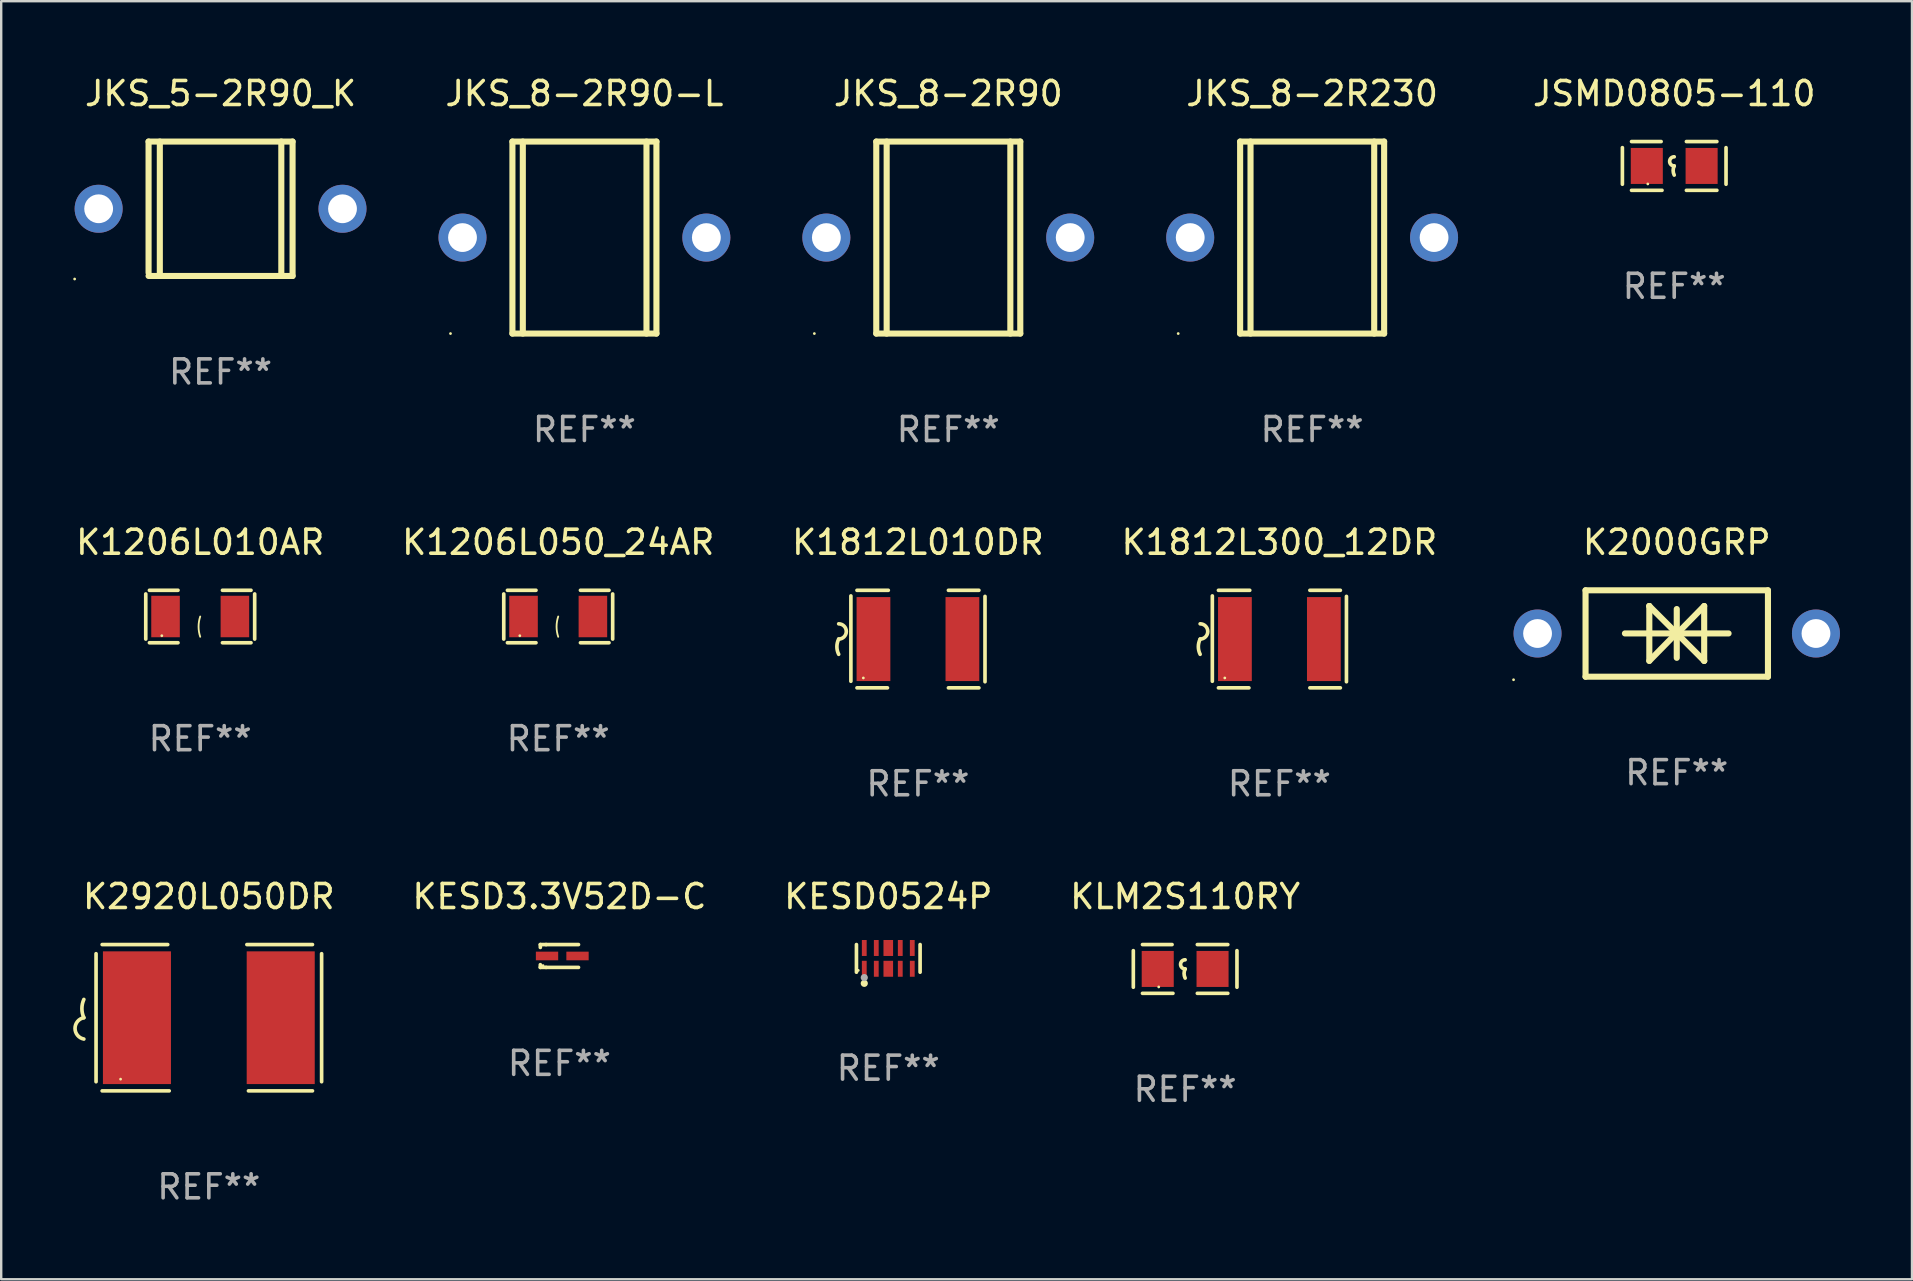
<source format=kicad_pcb>
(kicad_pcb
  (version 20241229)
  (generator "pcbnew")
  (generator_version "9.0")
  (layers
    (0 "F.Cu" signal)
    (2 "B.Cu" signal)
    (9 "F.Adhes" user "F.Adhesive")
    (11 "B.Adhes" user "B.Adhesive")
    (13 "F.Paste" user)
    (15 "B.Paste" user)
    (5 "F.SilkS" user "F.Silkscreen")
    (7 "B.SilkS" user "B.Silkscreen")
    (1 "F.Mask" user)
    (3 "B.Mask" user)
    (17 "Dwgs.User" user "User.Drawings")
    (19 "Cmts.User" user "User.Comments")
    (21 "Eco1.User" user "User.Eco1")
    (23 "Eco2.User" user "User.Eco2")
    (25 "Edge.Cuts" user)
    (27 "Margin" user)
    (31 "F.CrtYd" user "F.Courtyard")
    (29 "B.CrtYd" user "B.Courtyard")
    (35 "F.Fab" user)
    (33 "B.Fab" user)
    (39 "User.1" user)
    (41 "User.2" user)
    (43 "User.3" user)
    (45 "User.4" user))
  (footprint "K1206L050_24AR"
    (layer "F.Cu")
    (at 20.208 22.637)
    (property "Reference" "K1206L050_24AR" (at 0 -3.093 0) (layer "F.SilkS") (effects (font (size 1 1) (thickness 0.15))))
    (attr through_hole)
    (fp_line (start -2.269 -0.94) (end -2.269 0.94) (stroke (width 0.152) (type solid)) (layer "F.SilkS"))
    (fp_line (start -2.116 1.093) (end -0.926 1.093) (stroke (width 0.152) (type solid)) (layer "F.SilkS"))
    (fp_line (start -0.926 -1.093) (end -2.116 -1.093) (stroke (width 0.152) (type solid)) (layer "F.SilkS"))
    (fp_line (start 0.926 -1.093) (end 2.116 -1.093) (stroke (width 0.152) (type solid)) (layer "F.SilkS"))
    (fp_line (start 2.116 1.093) (end 0.926 1.093) (stroke (width 0.152) (type solid)) (layer "F.SilkS"))
    (fp_line (start 2.269 -0.94) (end 2.269 0.94) (stroke (width 0.152) (type solid)) (layer "F.SilkS"))
    (fp_arc (start 0 0.844951) (mid -0.068559 0.422475) (end 0 0) (stroke (width 0.0762) (type solid)) (layer "F.SilkS"))
    (fp_circle (center -1.6 0.8) (end -1.57 0.8) (stroke (width 0.06) (type solid)) (fill no) (layer "F.SilkS"))
    (fp_text user "REF**" (at 0 5.093 0) (layer "F.Fab") (effects (font (size 1 1) (thickness 0.15))))
    (pad "1" smd rect (at -1.445 0) (size 1.19 1.728) (layers "F.Cu" "F.Mask" "F.Paste"))
    (pad "2" smd rect (at 1.445 0) (size 1.19 1.728) (layers "F.Cu" "F.Mask" "F.Paste")))
  (footprint "JKS_8-2R90-L"
    (layer "F.Cu")
    (at 21.3 6.848)
    (property "Reference" "JKS_8-2R90-L" (at 0 -6 0) (layer "F.SilkS") (effects (font (size 1 1) (thickness 0.15))))
    (attr through_hole)
    (fp_line (start -3 -4) (end -3 4) (stroke (width 0.254) (type solid)) (layer "F.SilkS"))
    (fp_line (start -3 -4) (end 3 -4) (stroke (width 0.254) (type solid)) (layer "F.SilkS"))
    (fp_line (start -3 4) (end 3 4) (stroke (width 0.254) (type solid)) (layer "F.SilkS"))
    (fp_line (start -2.567 -4) (end -2.567 4) (stroke (width 0.254) (type solid)) (layer "F.SilkS"))
    (fp_line (start 2.586 -4) (end 2.586 4) (stroke (width 0.254) (type solid)) (layer "F.SilkS"))
    (fp_line (start 3 -4) (end 3 4) (stroke (width 0.254) (type solid)) (layer "F.SilkS"))
    (fp_circle (center -5.58 4) (end -5.55 4) (stroke (width 0.06) (type solid)) (fill no) (layer "F.SilkS"))
    (fp_text user "REF**" (at 0 8 0) (layer "F.Fab") (effects (font (size 1 1) (thickness 0.15))))
    (pad "1" thru_hole circle (at -5.08 0) (size 2 2) (drill 1.2) (layers "*.Cu" "*.Mask"))
    (pad "2" thru_hole circle (at 5.08 0) (size 2 2) (drill 1.2) (layers "*.Cu" "*.Mask")))
  (footprint "K1206L010AR"
    (layer "F.Cu")
    (at 5.292 22.637)
    (property "Reference" "K1206L010AR" (at 0 -3.093 0) (layer "F.SilkS") (effects (font (size 1 1) (thickness 0.15))))
    (attr through_hole)
    (fp_line (start -2.269 -0.94) (end -2.269 0.94) (stroke (width 0.152) (type solid)) (layer "F.SilkS"))
    (fp_line (start -2.116 1.093) (end -0.926 1.093) (stroke (width 0.152) (type solid)) (layer "F.SilkS"))
    (fp_line (start -0.926 -1.093) (end -2.116 -1.093) (stroke (width 0.152) (type solid)) (layer "F.SilkS"))
    (fp_line (start 0.926 -1.093) (end 2.116 -1.093) (stroke (width 0.152) (type solid)) (layer "F.SilkS"))
    (fp_line (start 2.116 1.093) (end 0.926 1.093) (stroke (width 0.152) (type solid)) (layer "F.SilkS"))
    (fp_line (start 2.269 -0.94) (end 2.269 0.94) (stroke (width 0.152) (type solid)) (layer "F.SilkS"))
    (fp_arc (start 0 0.844951) (mid -0.068559 0.422475) (end 0 0) (stroke (width 0.0762) (type solid)) (layer "F.SilkS"))
    (fp_circle (center -1.6 0.8) (end -1.57 0.8) (stroke (width 0.06) (type solid)) (fill no) (layer "F.SilkS"))
    (fp_text user "REF**" (at 0 5.093 0) (layer "F.Fab") (effects (font (size 1 1) (thickness 0.15))))
    (pad "1" smd rect (at -1.445 0) (size 1.19 1.728) (layers "F.Cu" "F.Mask" "F.Paste"))
    (pad "2" smd rect (at 1.445 0) (size 1.19 1.728) (layers "F.Cu" "F.Mask" "F.Paste")))
  (footprint "JKS_8-2R230"
    (layer "F.Cu")
    (at 51.62 6.848)
    (property "Reference" "JKS_8-2R230" (at 0 -6 0) (layer "F.SilkS") (effects (font (size 1 1) (thickness 0.15))))
    (attr through_hole)
    (fp_line (start -3 -4) (end -3 4) (stroke (width 0.254) (type solid)) (layer "F.SilkS"))
    (fp_line (start -3 -4) (end 3 -4) (stroke (width 0.254) (type solid)) (layer "F.SilkS"))
    (fp_line (start -3 4) (end 3 4) (stroke (width 0.254) (type solid)) (layer "F.SilkS"))
    (fp_line (start -2.567 -4) (end -2.567 4) (stroke (width 0.254) (type solid)) (layer "F.SilkS"))
    (fp_line (start 2.586 -4) (end 2.586 4) (stroke (width 0.254) (type solid)) (layer "F.SilkS"))
    (fp_line (start 3 -4) (end 3 4) (stroke (width 0.254) (type solid)) (layer "F.SilkS"))
    (fp_circle (center -5.58 4) (end -5.55 4) (stroke (width 0.06) (type solid)) (fill no) (layer "F.SilkS"))
    (fp_text user "REF**" (at 0 8 0) (layer "F.Fab") (effects (font (size 1 1) (thickness 0.15))))
    (pad "1" thru_hole circle (at -5.08 0) (size 2 2) (drill 1.2) (layers "*.Cu" "*.Mask"))
    (pad "2" thru_hole circle (at 5.08 0) (size 2 2) (drill 1.2) (layers "*.Cu" "*.Mask")))
  (footprint "KESD3.3V52D-C"
    (layer "F.Cu")
    (at 20.258 36.781)
    (property "Reference" "KESD3.3V52D-C" (at 0 -2.476 0) (layer "F.SilkS") (effects (font (size 1 1) (thickness 0.15))))
    (attr through_hole)
    (fp_line (start -0.795 -0.476) (end -0.795 -0.356) (stroke (width 0.152) (type solid)) (layer "F.SilkS"))
    (fp_line (start -0.795 0.363) (end -0.795 0.476) (stroke (width 0.152) (type solid)) (layer "F.SilkS"))
    (fp_line (start -0.795 0.476) (end -0.557 0.476) (stroke (width 0.152) (type solid)) (layer "F.SilkS"))
    (fp_line (start -0.557 -0.476) (end -0.795 -0.476) (stroke (width 0.152) (type solid)) (layer "F.SilkS"))
    (fp_line (start -0.557 -0.476) (end 0.795 -0.476) (stroke (width 0.152) (type solid)) (layer "F.SilkS"))
    (fp_line (start -0.557 0.476) (end 0.795 0.476) (stroke (width 0.152) (type solid)) (layer "F.SilkS"))
    (fp_circle (center -0.681 0.4) (end -0.651 0.4) (stroke (width 0.06) (type solid)) (fill no) (layer "F.SilkS"))
    (fp_text user "REF**" (at 0 4.476 0) (layer "F.Fab") (effects (font (size 1 1) (thickness 0.15))))
    (pad "1" smd rect (at -0.516 0 180) (size 0.93 0.36) (layers "F.Cu" "F.Mask" "F.Paste"))
    (pad "2" smd rect (at 0.754 0 180) (size 0.93 0.36) (layers "F.Cu" "F.Mask" "F.Paste")))
  (footprint "K1812L300_12DR"
    (layer "F.Cu")
    (at 50.256 23.577)
    (property "Reference" "K1812L300_12DR" (at 0 -4.032 0) (layer "F.SilkS") (effects (font (size 1 1) (thickness 0.15))))
    (attr through_hole)
    (fp_line (start -2.794 -1.798) (end -2.794 1.758) (stroke (width 0.152) (type solid)) (layer "F.SilkS"))
    (fp_line (start -2.54 -2.032) (end -1.235 -2.032) (stroke (width 0.152) (type solid)) (layer "F.SilkS"))
    (fp_line (start -1.27 2.032) (end -2.54 2.032) (stroke (width 0.152) (type solid)) (layer "F.SilkS"))
    (fp_line (start 1.27 2.032) (end 2.54 2.032) (stroke (width 0.152) (type solid)) (layer "F.SilkS"))
    (fp_line (start 2.54 -2.032) (end 1.27 -2.032) (stroke (width 0.152) (type solid)) (layer "F.SilkS"))
    (fp_line (start 2.794 -1.778) (end 2.794 1.778) (stroke (width 0.152) (type solid)) (layer "F.SilkS"))
    (fp_arc (start -3.302007 -0.635002) (mid -2.984506 -0.317501) (end -3.302007 0) (stroke (width 0.151994) (type solid)) (layer "F.SilkS"))
    (fp_arc (start -3.302007 0.635002) (mid -3.376959 0.317501) (end -3.302007 0) (stroke (width 0.151994) (type solid)) (layer "F.SilkS"))
    (fp_circle (center -2.275 1.62) (end -2.245 1.62) (stroke (width 0.06) (type solid)) (fill no) (layer "F.SilkS"))
    (fp_text user "REF**" (at 0 6.032 0) (layer "F.Fab") (effects (font (size 1 1) (thickness 0.15))))
    (pad "1" smd rect (at -1.853 0) (size 1.407 3.499) (layers "F.Cu" "F.Mask" "F.Paste"))
    (pad "2" smd rect (at 1.853 0) (size 1.407 3.499) (layers "F.Cu" "F.Mask" "F.Paste")))
  (footprint "JKS_5-2R90_K"
    (layer "F.Cu")
    (at 6.14 5.648)
    (property "Reference" "JKS_5-2R90_K" (at 0 -4.8 0) (layer "F.SilkS") (effects (font (size 1 1) (thickness 0.15))))
    (attr through_hole)
    (fp_line (start -3 -2.8) (end -3 2.667) (stroke (width 0.254) (type solid)) (layer "F.SilkS"))
    (fp_line (start -3 -2.8) (end 3 -2.8) (stroke (width 0.254) (type solid)) (layer "F.SilkS"))
    (fp_line (start -3 2.8) (end 3 2.8) (stroke (width 0.254) (type solid)) (layer "F.SilkS"))
    (fp_line (start -2.531 -2.8) (end -2.531 2.8) (stroke (width 0.254) (type solid)) (layer "F.SilkS"))
    (fp_line (start 2.531 -2.8) (end 2.531 2.8) (stroke (width 0.254) (type solid)) (layer "F.SilkS"))
    (fp_line (start 3 -2.8) (end 3 2.8) (stroke (width 0.254) (type solid)) (layer "F.SilkS"))
    (fp_circle (center -6.08 2.927) (end -6.05 2.927) (stroke (width 0.06) (type solid)) (fill no) (layer "F.SilkS"))
    (fp_text user "REF**" (at 0 6.8 0) (layer "F.Fab") (effects (font (size 1 1) (thickness 0.15))))
    (pad "1" thru_hole circle (at -5.08 0) (size 2 2) (drill 1.2) (layers "*.Cu" "*.Mask"))
    (pad "2" thru_hole circle (at 5.08 0) (size 2 2) (drill 1.2) (layers "*.Cu" "*.Mask")))
  (footprint "K1812L010DR"
    (layer "F.Cu")
    (at 35.196 23.577)
    (property "Reference" "K1812L010DR" (at 0 -4.032 0) (layer "F.SilkS") (effects (font (size 1 1) (thickness 0.15))))
    (attr through_hole)
    (fp_line (start -2.794 -1.798) (end -2.794 1.758) (stroke (width 0.152) (type solid)) (layer "F.SilkS"))
    (fp_line (start -2.54 -2.032) (end -1.235 -2.032) (stroke (width 0.152) (type solid)) (layer "F.SilkS"))
    (fp_line (start -1.27 2.032) (end -2.54 2.032) (stroke (width 0.152) (type solid)) (layer "F.SilkS"))
    (fp_line (start 1.27 2.032) (end 2.54 2.032) (stroke (width 0.152) (type solid)) (layer "F.SilkS"))
    (fp_line (start 2.54 -2.032) (end 1.27 -2.032) (stroke (width 0.152) (type solid)) (layer "F.SilkS"))
    (fp_line (start 2.794 -1.778) (end 2.794 1.778) (stroke (width 0.152) (type solid)) (layer "F.SilkS"))
    (fp_arc (start -3.302007 -0.635002) (mid -2.984506 -0.317501) (end -3.302007 0) (stroke (width 0.151994) (type solid)) (layer "F.SilkS"))
    (fp_arc (start -3.302007 0.635002) (mid -3.376959 0.317501) (end -3.302007 0) (stroke (width 0.151994) (type solid)) (layer "F.SilkS"))
    (fp_circle (center -2.275 1.62) (end -2.245 1.62) (stroke (width 0.06) (type solid)) (fill no) (layer "F.SilkS"))
    (fp_text user "REF**" (at 0 6.032 0) (layer "F.Fab") (effects (font (size 1 1) (thickness 0.15))))
    (pad "1" smd rect (at -1.853 0) (size 1.407 3.499) (layers "F.Cu" "F.Mask" "F.Paste"))
    (pad "2" smd rect (at 1.853 0) (size 1.407 3.499) (layers "F.Cu" "F.Mask" "F.Paste")))
  (footprint "JKS_8-2R90"
    (layer "F.Cu")
    (at 36.46 6.848)
    (property "Reference" "JKS_8-2R90" (at 0 -6 0) (layer "F.SilkS") (effects (font (size 1 1) (thickness 0.15))))
    (attr through_hole)
    (fp_line (start -3 -4) (end -3 4) (stroke (width 0.254) (type solid)) (layer "F.SilkS"))
    (fp_line (start -3 -4) (end 3 -4) (stroke (width 0.254) (type solid)) (layer "F.SilkS"))
    (fp_line (start -3 4) (end 3 4) (stroke (width 0.254) (type solid)) (layer "F.SilkS"))
    (fp_line (start -2.567 -4) (end -2.567 4) (stroke (width 0.254) (type solid)) (layer "F.SilkS"))
    (fp_line (start 2.586 -4) (end 2.586 4) (stroke (width 0.254) (type solid)) (layer "F.SilkS"))
    (fp_line (start 3 -4) (end 3 4) (stroke (width 0.254) (type solid)) (layer "F.SilkS"))
    (fp_circle (center -5.58 4) (end -5.55 4) (stroke (width 0.06) (type solid)) (fill no) (layer "F.SilkS"))
    (fp_text user "REF**" (at 0 8 0) (layer "F.Fab") (effects (font (size 1 1) (thickness 0.15))))
    (pad "1" thru_hole circle (at -5.08 0) (size 2 2) (drill 1.2) (layers "*.Cu" "*.Mask"))
    (pad "2" thru_hole circle (at 5.08 0) (size 2 2) (drill 1.2) (layers "*.Cu" "*.Mask")))
  (footprint "KESD0524P"
    (layer "F.Cu")
    (at 33.96 36.881)
    (property "Reference" "KESD0524P" (at 0 -2.576 0) (layer "F.SilkS") (effects (font (size 1 1) (thickness 0.15))))
    (attr through_hole)
    (fp_line (start -1.326 0.576) (end -1.326 -0.576) (stroke (width 0.152) (type solid)) (layer "F.SilkS"))
    (fp_line (start 1.326 0.576) (end 1.326 -0.576) (stroke (width 0.152) (type solid)) (layer "F.SilkS"))
    (fp_circle (center -1.25 0.5) (end -1.22 0.5) (stroke (width 0.06) (type solid)) (fill no) (layer "F.SilkS"))
    (fp_circle (center -1 1.04) (end -0.925 1.04) (stroke (width 0.15) (type solid)) (fill no) (layer "F.SilkS"))
    (fp_circle (center -1 0.8) (end -0.925 0.8) (stroke (width 0.15) (type solid)) (fill no) (layer "F.Fab"))
    (fp_text user "REF**" (at 0 4.576 0) (layer "F.Fab") (effects (font (size 1 1) (thickness 0.15))))
    (pad "1" smd rect (at -1 0.433) (size 0.2 0.665) (layers "F.Cu" "F.Mask" "F.Paste"))
    (pad "2" smd rect (at -0.5 0.433) (size 0.2 0.665) (layers "F.Cu" "F.Mask" "F.Paste"))
    (pad "3" smd rect (at 0 0.433) (size 0.4 0.665) (layers "F.Cu" "F.Mask" "F.Paste"))
    (pad "4" smd rect (at 0.5 0.433) (size 0.2 0.665) (layers "F.Cu" "F.Mask" "F.Paste"))
    (pad "5" smd rect (at 1 0.433) (size 0.2 0.665) (layers "F.Cu" "F.Mask" "F.Paste"))
    (pad "6" smd rect (at 1 -0.433) (size 0.2 0.665) (layers "F.Cu" "F.Mask" "F.Paste"))
    (pad "7" smd rect (at 0.5 -0.433) (size 0.2 0.665) (layers "F.Cu" "F.Mask" "F.Paste"))
    (pad "8" smd rect (at 0 -0.433) (size 0.4 0.665) (layers "F.Cu" "F.Mask" "F.Paste"))
    (pad "9" smd rect (at -0.5 -0.433) (size 0.2 0.665) (layers "F.Cu" "F.Mask" "F.Paste"))
    (pad "10" smd rect (at -1 -0.433) (size 0.2 0.665) (layers "F.Cu" "F.Mask" "F.Paste")))
  (footprint "K2000GRP"
    (layer "F.Cu")
    (at 66.812 23.345)
    (property "Reference" "K2000GRP" (at 0 -3.8 0) (layer "F.SilkS") (effects (font (size 1 1) (thickness 0.15))))
    (attr through_hole)
    (fp_line (start -3.8 -1.8) (end -3.8 1.8) (stroke (width 0.254) (type solid)) (layer "F.SilkS"))
    (fp_line (start -3.8 -1.8) (end 3.8 -1.8) (stroke (width 0.254) (type solid)) (layer "F.SilkS"))
    (fp_line (start -3.8 1.8) (end 3.8 1.8) (stroke (width 0.254) (type solid)) (layer "F.SilkS"))
    (fp_line (start -2.159 -0.003) (end 2.159 -0.003) (stroke (width 0.254) (type solid)) (layer "F.SilkS"))
    (fp_line (start -1.143 -1.146) (end -1.143 1.14) (stroke (width 0.254) (type solid)) (layer "F.SilkS"))
    (fp_line (start -1.143 -1.143) (end -1.143 -1.146) (stroke (width 0.254) (type solid)) (layer "F.SilkS"))
    (fp_line (start 0 -1.019) (end 0 1.013) (stroke (width 0.254) (type solid)) (layer "F.SilkS"))
    (fp_line (start 0 -0.026) (end -1.143 1.14) (stroke (width 0.254) (type solid)) (layer "F.SilkS"))
    (fp_line (start 0 -0.006) (end 1.143 1.137) (stroke (width 0.254) (type solid)) (layer "F.SilkS"))
    (fp_line (start 0 0) (end -1.143 -1.143) (stroke (width 0.254) (type solid)) (layer "F.SilkS"))
    (fp_line (start 0 0.02) (end 1.143 -1.146) (stroke (width 0.254) (type solid)) (layer "F.SilkS"))
    (fp_line (start 1.143 1.137) (end 1.143 1.14) (stroke (width 0.254) (type solid)) (layer "F.SilkS"))
    (fp_line (start 1.143 1.14) (end 1.143 -1.146) (stroke (width 0.254) (type solid)) (layer "F.SilkS"))
    (fp_line (start 3.8 -1.8) (end 3.8 1.8) (stroke (width 0.254) (type solid)) (layer "F.SilkS"))
    (fp_circle (center -6.8 1.927) (end -6.77 1.927) (stroke (width 0.06) (type solid)) (fill no) (layer "F.SilkS"))
    (fp_text user "REF**" (at 0 5.8 0) (layer "F.Fab") (effects (font (size 1 1) (thickness 0.15))))
    (pad "1" thru_hole circle (at -5.8 0) (size 2 2) (drill 1.2) (layers "*.Cu" "*.Mask"))
    (pad "2" thru_hole circle (at 5.8 0) (size 2 2) (drill 1.2) (layers "*.Cu" "*.Mask")))
  (footprint "KLM2S110RY"
    (layer "F.Cu")
    (at 46.329 37.321)
    (property "Reference" "KLM2S110RY" (at 0 -3.016 0) (layer "F.SilkS") (effects (font (size 1 1) (thickness 0.15))))
    (attr through_hole)
    (fp_line (start -2.159 -0.762) (end -2.159 0.762) (stroke (width 0.152) (type solid)) (layer "F.SilkS"))
    (fp_line (start -1.778 -1.016) (end -0.545 -1.016) (stroke (width 0.152) (type solid)) (layer "F.SilkS"))
    (fp_line (start -0.508 1.016) (end -1.778 1.016) (stroke (width 0.152) (type solid)) (layer "F.SilkS"))
    (fp_line (start 0.508 1.016) (end 1.778 1.016) (stroke (width 0.152) (type solid)) (layer "F.SilkS"))
    (fp_line (start 1.778 -1.016) (end 0.508 -1.016) (stroke (width 0.152) (type solid)) (layer "F.SilkS"))
    (fp_line (start 2.159 -0.762) (end 2.159 0.762) (stroke (width 0.152) (type solid)) (layer "F.SilkS"))
    (fp_arc (start 0 0) (mid -0.1905 -0.1905) (end 0 -0.381) (stroke (width 0.151994) (type solid)) (layer "F.SilkS"))
    (fp_arc (start 0 0.381001) (mid -0.044971 0.1905) (end 0 0) (stroke (width 0.151994) (type solid)) (layer "F.SilkS"))
    (fp_circle (center -1.1 0.75) (end -1.07 0.75) (stroke (width 0.06) (type solid)) (fill no) (layer "F.SilkS"))
    (fp_text user "REF**" (at 0 5.016 0) (layer "F.Fab") (effects (font (size 1 1) (thickness 0.15))))
    (pad "1" smd rect (at -1.142 0) (size 1.335 1.5) (layers "F.Cu" "F.Mask" "F.Paste"))
    (pad "2" smd rect (at 1.142 0) (size 1.335 1.5) (layers "F.Cu" "F.Mask" "F.Paste")))
  (footprint "K2920L050DR"
    (layer "F.Cu")
    (at 5.651 39.353)
    (property "Reference" "K2920L050DR" (at 0 -5.048 0) (layer "F.SilkS") (effects (font (size 1 1) (thickness 0.15))))
    (attr through_hole)
    (fp_line (start -4.699 -2.667) (end -4.699 2.667) (stroke (width 0.152) (type solid)) (layer "F.SilkS"))
    (fp_line (start -4.445 -3.048) (end -1.712 -3.048) (stroke (width 0.152) (type solid)) (layer "F.SilkS"))
    (fp_line (start -1.651 3.048) (end -4.445 3.048) (stroke (width 0.152) (type solid)) (layer "F.SilkS"))
    (fp_line (start 1.651 3.048) (end 4.318 3.048) (stroke (width 0.152) (type solid)) (layer "F.SilkS"))
    (fp_line (start 4.318 -3.048) (end 1.585 -3.048) (stroke (width 0.152) (type solid)) (layer "F.SilkS"))
    (fp_line (start 4.699 -2.667) (end 4.699 2.667) (stroke (width 0.152) (type solid)) (layer "F.SilkS"))
    (fp_arc (start -5.20701 0) (mid -5.288646 -0.381001) (end -5.20701 -0.762002) (stroke (width 0.151994) (type solid)) (layer "F.SilkS"))
    (fp_arc (start -5.20701 0.889002) (mid -5.574698 0.444501) (end -5.20701 0) (stroke (width 0.151994) (type solid)) (layer "F.SilkS"))
    (fp_circle (center -3.677 2.56) (end -3.647 2.56) (stroke (width 0.06) (type solid)) (fill no) (layer "F.SilkS"))
    (fp_text user "REF**" (at 0 7.048 0) (layer "F.Fab") (effects (font (size 1 1) (thickness 0.15))))
    (pad "1" smd rect (at -2.995 0) (size 2.835 5.53) (layers "F.Cu" "F.Mask" "F.Paste"))
    (pad "2" smd rect (at 2.995 0) (size 2.835 5.53) (layers "F.Cu" "F.Mask" "F.Paste")))
  (footprint "JSMD0805-110"
    (layer "F.Cu")
    (at 66.706 3.864)
    (property "Reference" "JSMD0805-110" (at 0 -3.016 0) (layer "F.SilkS") (effects (font (size 1 1) (thickness 0.15))))
    (attr through_hole)
    (fp_line (start -2.159 -0.762) (end -2.159 0.762) (stroke (width 0.152) (type solid)) (layer "F.SilkS"))
    (fp_line (start -1.778 -1.016) (end -0.545 -1.016) (stroke (width 0.152) (type solid)) (layer "F.SilkS"))
    (fp_line (start -0.508 1.016) (end -1.778 1.016) (stroke (width 0.152) (type solid)) (layer "F.SilkS"))
    (fp_line (start 0.508 1.016) (end 1.778 1.016) (stroke (width 0.152) (type solid)) (layer "F.SilkS"))
    (fp_line (start 1.778 -1.016) (end 0.508 -1.016) (stroke (width 0.152) (type solid)) (layer "F.SilkS"))
    (fp_line (start 2.159 -0.762) (end 2.159 0.762) (stroke (width 0.152) (type solid)) (layer "F.SilkS"))
    (fp_arc (start 0 0) (mid -0.1905 -0.1905) (end 0 -0.381) (stroke (width 0.151994) (type solid)) (layer "F.SilkS"))
    (fp_arc (start 0 0.381001) (mid -0.044971 0.1905) (end 0 0) (stroke (width 0.151994) (type solid)) (layer "F.SilkS"))
    (fp_circle (center -1.1 0.75) (end -1.07 0.75) (stroke (width 0.06) (type solid)) (fill no) (layer "F.SilkS"))
    (fp_text user "REF**" (at 0 5.016 0) (layer "F.Fab") (effects (font (size 1 1) (thickness 0.15))))
    (pad "1" smd rect (at -1.142 0) (size 1.335 1.5) (layers "F.Cu" "F.Mask" "F.Paste"))
    (pad "2" smd rect (at 1.142 0) (size 1.335 1.5) (layers "F.Cu" "F.Mask" "F.Paste")))
  (gr_rect
    (start -3 -3)
    (end 76.613 50.25)
    (stroke (width 0.1) (type default))
    (fill no)
    (layer "Edge.Cuts")))
</source>
